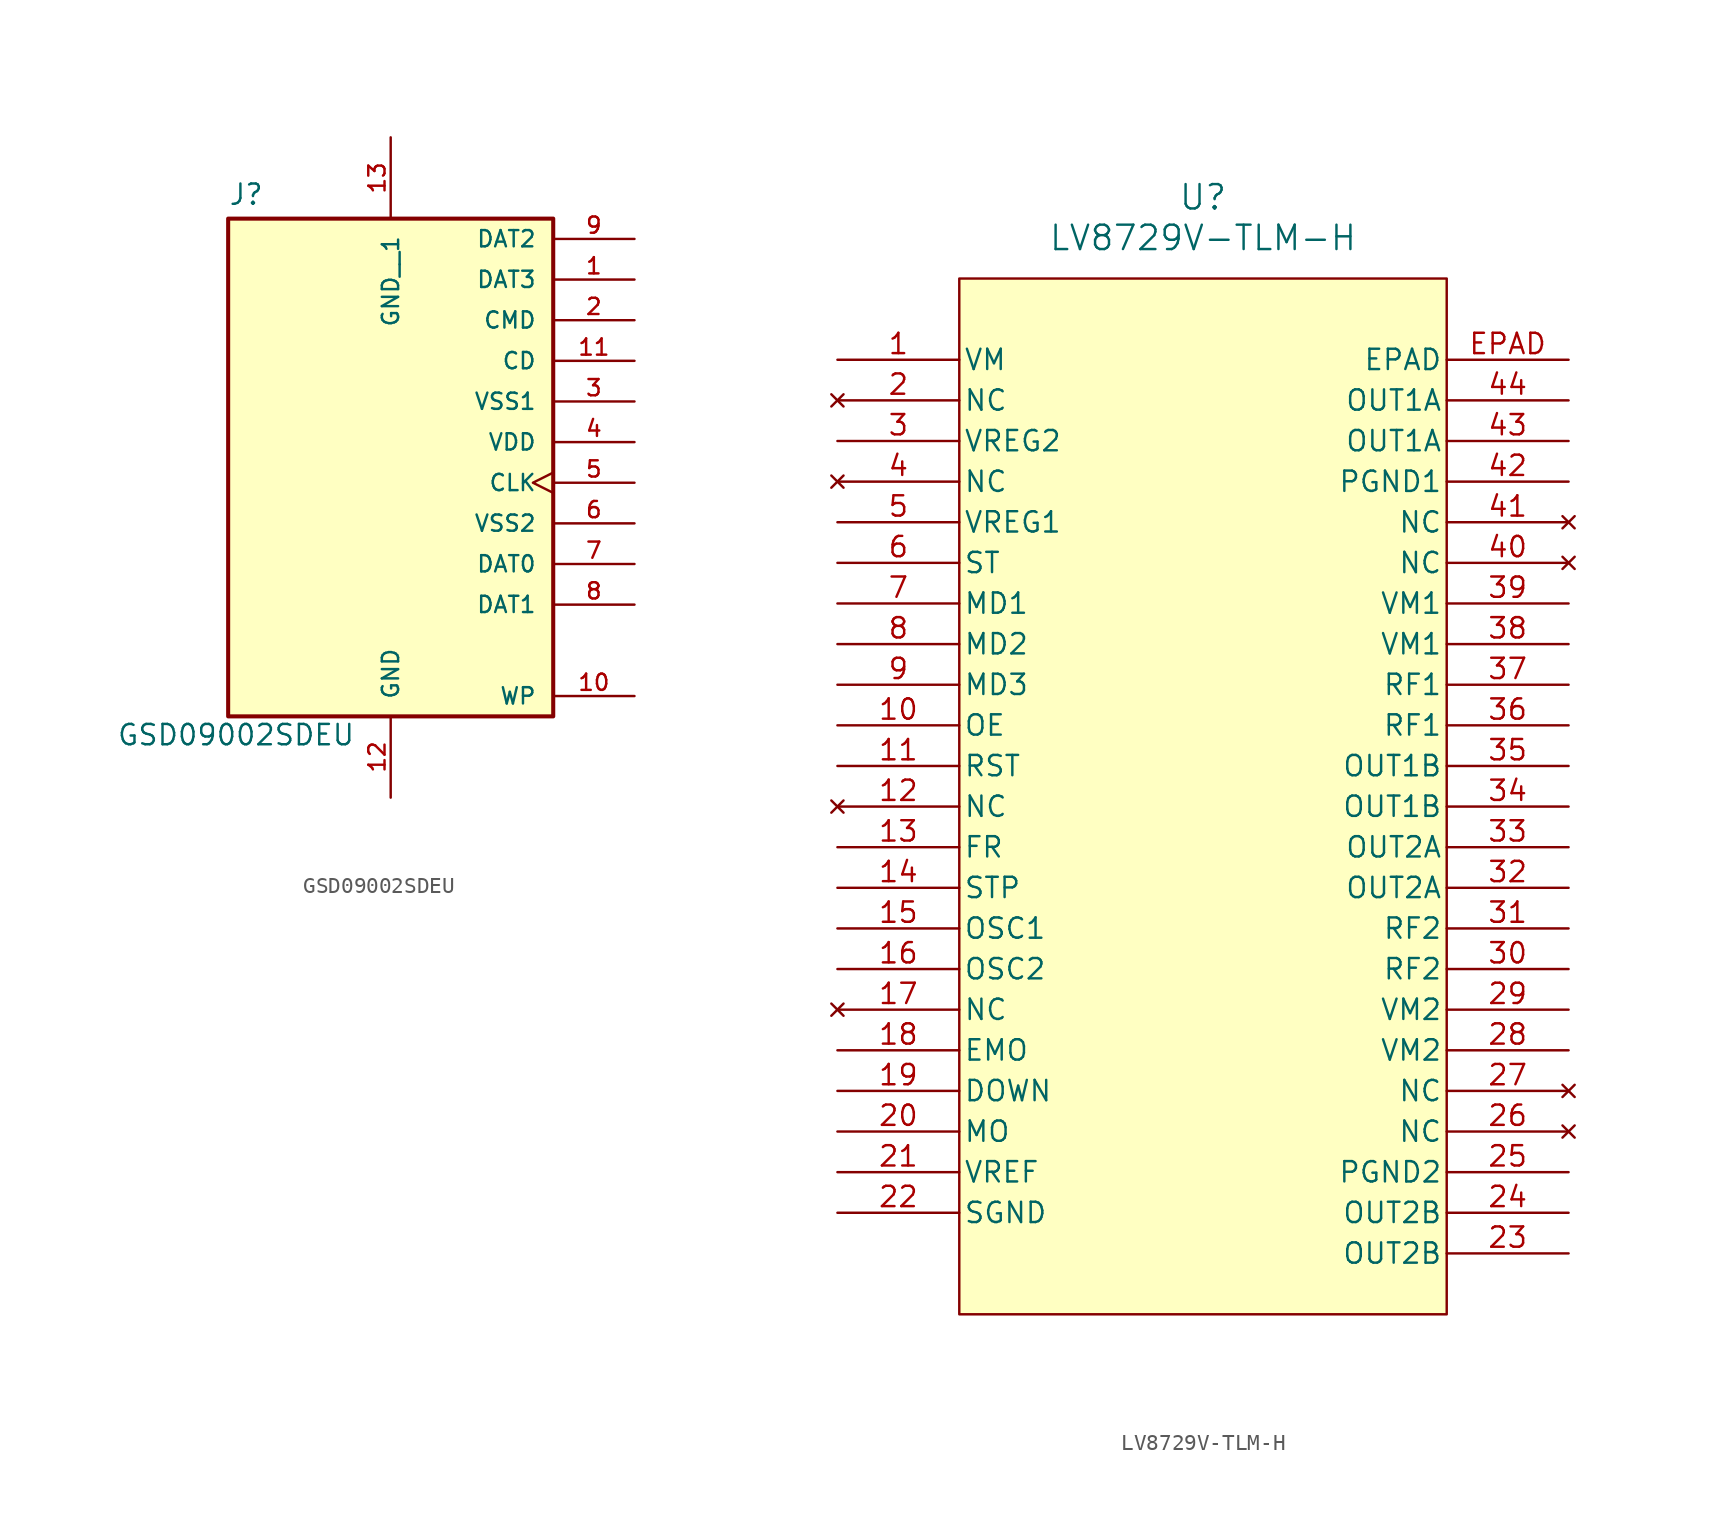
<source format=kicad_sym>
(kicad_symbol_lib
  (version 20220914)
  (generator kicad_symbol_editor)
  (symbol "GSD09002SDEU"
    (pin_names
      (offset 1.016))
    (property "Reference" "J"
      (at -10.16 18.542 0)
      (effects (font (size 1.27 1.27)) (justify left bottom)))
    (property "Value" "GSD09002SDEU"
      (at -17.145 -15.24 0)
      (effects (font (size 1.27 1.27)) (justify left bottom)))
    (symbol "GSD09002SDEU_0_0"
      (rectangle (start -10.16 17.78) (end 10.16 -13.335) (stroke (width 0.254) (type default)) (fill (type background)))
      (pin bidirectional line (at 15.24 13.97 180) (length 5.08) (name "DAT3" (effects (font (size 1.016 1.016)))) (number "1" (effects (font (size 1.016 1.016)))))
      (pin passive line (at 15.24 -12.065 180) (length 5.08) (name "WP" (effects (font (size 1.016 1.016)))) (number "10" (effects (font (size 1.016 1.016)))))
      (pin passive line (at 15.24 8.89 180) (length 5.08) (name "CD" (effects (font (size 1.016 1.016)))) (number "11" (effects (font (size 1.016 1.016)))))
      (pin power_in line (at 0 -18.415 90) (length 5.08) (name "GND" (effects (font (size 1.016 1.016)))) (number "12" (effects (font (size 1.016 1.016)))))
      (pin power_in line (at 0 22.86 270) (length 5.08) (name "GND__1" (effects (font (size 1.016 1.016)))) (number "13" (effects (font (size 1.016 1.016)))))
      (pin bidirectional line (at 15.24 11.43 180) (length 5.08) (name "CMD" (effects (font (size 1.016 1.016)))) (number "2" (effects (font (size 1.016 1.016)))))
      (pin power_in line (at 15.24 6.35 180) (length 5.08) (name "VSS1" (effects (font (size 1.016 1.016)))) (number "3" (effects (font (size 1.016 1.016)))))
      (pin power_in line (at 15.24 3.81 180) (length 5.08) (name "VDD" (effects (font (size 1.016 1.016)))) (number "4" (effects (font (size 1.016 1.016)))))
      (pin input clock (at 15.24 1.27 180) (length 5.08) (name "CLK" (effects (font (size 1.016 1.016)))) (number "5" (effects (font (size 1.016 1.016)))))
      (pin power_in line (at 15.24 -1.27 180) (length 5.08) (name "VSS2" (effects (font (size 1.016 1.016)))) (number "6" (effects (font (size 1.016 1.016)))))
      (pin bidirectional line (at 15.24 -3.81 180) (length 5.08) (name "DAT0" (effects (font (size 1.016 1.016)))) (number "7" (effects (font (size 1.016 1.016)))))
      (pin bidirectional line (at 15.24 -6.35 180) (length 5.08) (name "DAT1" (effects (font (size 1.016 1.016)))) (number "8" (effects (font (size 1.016 1.016)))))
      (pin bidirectional line (at 15.24 16.51 180) (length 5.08) (name "DAT2" (effects (font (size 1.016 1.016)))) (number "9" (effects (font (size 1.016 1.016)))))))
  (symbol "LV8729V-TLM-H"
    (pin_names
      (offset 0.254))
    (property "Reference" "U"
      (at 22.86 10.16 0)
      (effects (font (size 1.524 1.524))))
    (property "Value" "LV8729V-TLM-H"
      (at 22.86 7.62 0)
      (effects (font (size 1.524 1.524))))
    (property "ki_locked" ""
      (at 0 0 0)
      (effects (font (size 1.27 1.27))))
    (symbol "LV8729V-TLM-H_1_1"
      (rectangle (start 7.62 5.08) (end 38.1 -59.69) (stroke (width 0) (type default)) (fill (type background)))
      (pin power_in line (at 0 0 0) (length 7.62) (name "VM" (effects (font (size 1.27 1.27)))) (number "1" (effects (font (size 1.27 1.27)))))
      (pin unspecified line (at 0 -22.86 0) (length 7.62) (name "OE" (effects (font (size 1.27 1.27)))) (number "10" (effects (font (size 1.27 1.27)))))
      (pin input line (at 0 -25.4 0) (length 7.62) (name "RST" (effects (font (size 1.27 1.27)))) (number "11" (effects (font (size 1.27 1.27)))))
      (pin no_connect line (at 0 -27.94 0) (length 7.62) (name "NC" (effects (font (size 1.27 1.27)))) (number "12" (effects (font (size 1.27 1.27)))))
      (pin input line (at 0 -30.48 0) (length 7.62) (name "FR" (effects (font (size 1.27 1.27)))) (number "13" (effects (font (size 1.27 1.27)))))
      (pin input line (at 0 -33.02 0) (length 7.62) (name "STP" (effects (font (size 1.27 1.27)))) (number "14" (effects (font (size 1.27 1.27)))))
      (pin unspecified line (at 0 -35.56 0) (length 7.62) (name "OSC1" (effects (font (size 1.27 1.27)))) (number "15" (effects (font (size 1.27 1.27)))))
      (pin unspecified line (at 0 -38.1 0) (length 7.62) (name "OSC2" (effects (font (size 1.27 1.27)))) (number "16" (effects (font (size 1.27 1.27)))))
      (pin no_connect line (at 0 -40.64 0) (length 7.62) (name "NC" (effects (font (size 1.27 1.27)))) (number "17" (effects (font (size 1.27 1.27)))))
      (pin output line (at 0 -43.18 0) (length 7.62) (name "EMO" (effects (font (size 1.27 1.27)))) (number "18" (effects (font (size 1.27 1.27)))))
      (pin output line (at 0 -45.72 0) (length 7.62) (name "DOWN" (effects (font (size 1.27 1.27)))) (number "19" (effects (font (size 1.27 1.27)))))
      (pin no_connect line (at 0 -2.54 0) (length 7.62) (name "NC" (effects (font (size 1.27 1.27)))) (number "2" (effects (font (size 1.27 1.27)))))
      (pin unspecified line (at 0 -48.26 0) (length 7.62) (name "MO" (effects (font (size 1.27 1.27)))) (number "20" (effects (font (size 1.27 1.27)))))
      (pin input line (at 0 -50.8 0) (length 7.62) (name "VREF" (effects (font (size 1.27 1.27)))) (number "21" (effects (font (size 1.27 1.27)))))
      (pin power_out line (at 0 -53.34 0) (length 7.62) (name "SGND" (effects (font (size 1.27 1.27)))) (number "22" (effects (font (size 1.27 1.27)))))
      (pin output line (at 45.72 -55.88 180) (length 7.62) (name "OUT2B" (effects (font (size 1.27 1.27)))) (number "23" (effects (font (size 1.27 1.27)))))
      (pin output line (at 45.72 -53.34 180) (length 7.62) (name "OUT2B" (effects (font (size 1.27 1.27)))) (number "24" (effects (font (size 1.27 1.27)))))
      (pin power_out line (at 45.72 -50.8 180) (length 7.62) (name "PGND2" (effects (font (size 1.27 1.27)))) (number "25" (effects (font (size 1.27 1.27)))))
      (pin no_connect line (at 45.72 -48.26 180) (length 7.62) (name "NC" (effects (font (size 1.27 1.27)))) (number "26" (effects (font (size 1.27 1.27)))))
      (pin no_connect line (at 45.72 -45.72 180) (length 7.62) (name "NC" (effects (font (size 1.27 1.27)))) (number "27" (effects (font (size 1.27 1.27)))))
      (pin power_in line (at 45.72 -43.18 180) (length 7.62) (name "VM2" (effects (font (size 1.27 1.27)))) (number "28" (effects (font (size 1.27 1.27)))))
      (pin power_in line (at 45.72 -40.64 180) (length 7.62) (name "VM2" (effects (font (size 1.27 1.27)))) (number "29" (effects (font (size 1.27 1.27)))))
      (pin unspecified line (at 0 -5.08 0) (length 7.62) (name "VREG2" (effects (font (size 1.27 1.27)))) (number "3" (effects (font (size 1.27 1.27)))))
      (pin unspecified line (at 45.72 -38.1 180) (length 7.62) (name "RF2" (effects (font (size 1.27 1.27)))) (number "30" (effects (font (size 1.27 1.27)))))
      (pin unspecified line (at 45.72 -35.56 180) (length 7.62) (name "RF2" (effects (font (size 1.27 1.27)))) (number "31" (effects (font (size 1.27 1.27)))))
      (pin output line (at 45.72 -33.02 180) (length 7.62) (name "OUT2A" (effects (font (size 1.27 1.27)))) (number "32" (effects (font (size 1.27 1.27)))))
      (pin output line (at 45.72 -30.48 180) (length 7.62) (name "OUT2A" (effects (font (size 1.27 1.27)))) (number "33" (effects (font (size 1.27 1.27)))))
      (pin output line (at 45.72 -27.94 180) (length 7.62) (name "OUT1B" (effects (font (size 1.27 1.27)))) (number "34" (effects (font (size 1.27 1.27)))))
      (pin output line (at 45.72 -25.4 180) (length 7.62) (name "OUT1B" (effects (font (size 1.27 1.27)))) (number "35" (effects (font (size 1.27 1.27)))))
      (pin unspecified line (at 45.72 -22.86 180) (length 7.62) (name "RF1" (effects (font (size 1.27 1.27)))) (number "36" (effects (font (size 1.27 1.27)))))
      (pin unspecified line (at 45.72 -20.32 180) (length 7.62) (name "RF1" (effects (font (size 1.27 1.27)))) (number "37" (effects (font (size 1.27 1.27)))))
      (pin power_in line (at 45.72 -17.78 180) (length 7.62) (name "VM1" (effects (font (size 1.27 1.27)))) (number "38" (effects (font (size 1.27 1.27)))))
      (pin power_in line (at 45.72 -15.24 180) (length 7.62) (name "VM1" (effects (font (size 1.27 1.27)))) (number "39" (effects (font (size 1.27 1.27)))))
      (pin no_connect line (at 0 -7.62 0) (length 7.62) (name "NC" (effects (font (size 1.27 1.27)))) (number "4" (effects (font (size 1.27 1.27)))))
      (pin no_connect line (at 45.72 -12.7 180) (length 7.62) (name "NC" (effects (font (size 1.27 1.27)))) (number "40" (effects (font (size 1.27 1.27)))))
      (pin no_connect line (at 45.72 -10.16 180) (length 7.62) (name "NC" (effects (font (size 1.27 1.27)))) (number "41" (effects (font (size 1.27 1.27)))))
      (pin power_out line (at 45.72 -7.62 180) (length 7.62) (name "PGND1" (effects (font (size 1.27 1.27)))) (number "42" (effects (font (size 1.27 1.27)))))
      (pin output line (at 45.72 -5.08 180) (length 7.62) (name "OUT1A" (effects (font (size 1.27 1.27)))) (number "43" (effects (font (size 1.27 1.27)))))
      (pin output line (at 45.72 -2.54 180) (length 7.62) (name "OUT1A" (effects (font (size 1.27 1.27)))) (number "44" (effects (font (size 1.27 1.27)))))
      (pin unspecified line (at 0 -10.16 0) (length 7.62) (name "VREG1" (effects (font (size 1.27 1.27)))) (number "5" (effects (font (size 1.27 1.27)))))
      (pin unspecified line (at 0 -12.7 0) (length 7.62) (name "ST" (effects (font (size 1.27 1.27)))) (number "6" (effects (font (size 1.27 1.27)))))
      (pin unspecified line (at 0 -15.24 0) (length 7.62) (name "MD1" (effects (font (size 1.27 1.27)))) (number "7" (effects (font (size 1.27 1.27)))))
      (pin unspecified line (at 0 -17.78 0) (length 7.62) (name "MD2" (effects (font (size 1.27 1.27)))) (number "8" (effects (font (size 1.27 1.27)))))
      (pin unspecified line (at 0 -20.32 0) (length 7.62) (name "MD3" (effects (font (size 1.27 1.27)))) (number "9" (effects (font (size 1.27 1.27)))))
      (pin unspecified line (at 45.72 0 180) (length 7.62) (name "EPAD" (effects (font (size 1.27 1.27)))) (number "EPAD" (effects (font (size 1.27 1.27))))))))
</source>
